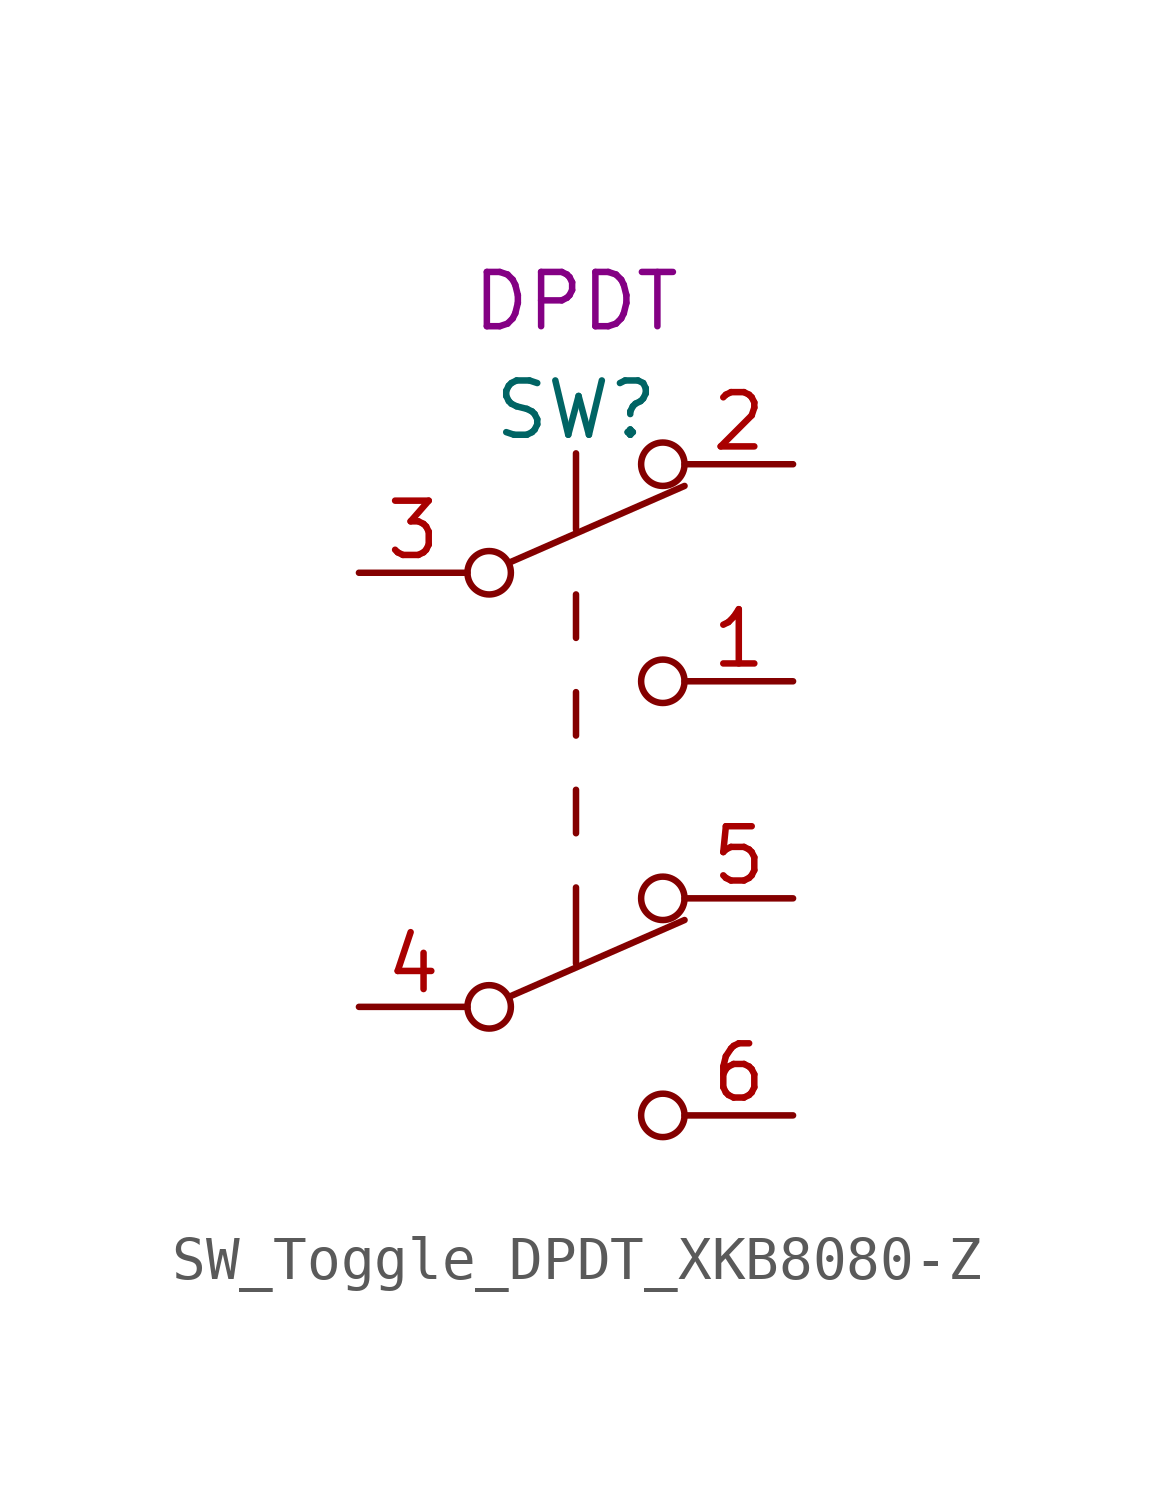
<source format=kicad_sym>
(kicad_symbol_lib
  (version 20211014)
  (generator kicad_symbol_editor)
  (symbol "SW_Toggle_DPDT_XKB8080-Z"
    (pin_names
      (offset 0) hide)
    (property "Reference" "SW"
      (at 0 8.89 0)
      (effects (font (size 1.27 1.27))))
    (property "UserValue" "DPDT"
      (at 0 11.43 0)
      (effects (font (size 1.27 1.27))))
    (symbol "SW_Toggle_DPDT_XKB8080-Z_0_0"
      (circle (center -2.032 -5.08) (radius 0.508) (stroke (width 0) (type default) (color 0 0 0 0)) (fill (type none)))
      (circle (center -2.032 5.08) (radius 0.508) (stroke (width 0) (type default) (color 0 0 0 0)) (fill (type none)))
      (circle (center 2.032 -7.62) (radius 0.508) (stroke (width 0) (type default) (color 0 0 0 0)) (fill (type none)))
      (circle (center 2.032 2.54) (radius 0.508) (stroke (width 0) (type default) (color 0 0 0 0)) (fill (type none))))
    (symbol "SW_Toggle_DPDT_XKB8080-Z_0_1"
      (polyline (pts (xy -1.524 -4.826) (xy 2.54 -3.048)) (stroke (width 0) (type default) (color 0 0 0 0)) (fill (type none)))
      (polyline (pts (xy -1.524 5.334) (xy 2.54 7.112)) (stroke (width 0) (type default) (color 0 0 0 0)) (fill (type none)))
      (polyline (pts (xy 0 -2.286) (xy 0 -4.064)) (stroke (width 0) (type default) (color 0 0 0 0)) (fill (type none)))
      (polyline (pts (xy 0 -1.016) (xy 0 0)) (stroke (width 0) (type default) (color 0 0 0 0)) (fill (type none)))
      (polyline (pts (xy 0 1.27) (xy 0 2.286)) (stroke (width 0) (type default) (color 0 0 0 0)) (fill (type none)))
      (polyline (pts (xy 0 3.556) (xy 0 4.572)) (stroke (width 0) (type default) (color 0 0 0 0)) (fill (type none)))
      (polyline (pts (xy 0 7.874) (xy 0 6.096)) (stroke (width 0) (type default) (color 0 0 0 0)) (fill (type none)))
      (circle (center 2.032 -2.54) (radius 0.508) (stroke (width 0) (type default) (color 0 0 0 0)) (fill (type none)))
      (circle (center 2.032 7.62) (radius 0.508) (stroke (width 0) (type default) (color 0 0 0 0)) (fill (type none))))
    (symbol "SW_Toggle_DPDT_XKB8080-Z_1_1"
      (pin passive line (at 5.08 2.54 180) (length 2.54) (name "T2" (effects (font (size 1.27 1.27)))) (number "1" (effects (font (size 1.27 1.27)))))
      (pin passive line (at 5.08 7.62 180) (length 2.54) (name "T1" (effects (font (size 1.27 1.27)))) (number "2" (effects (font (size 1.27 1.27)))))
      (pin passive line (at -5.08 5.08 0) (length 2.54) (name "P1" (effects (font (size 1.27 1.27)))) (number "3" (effects (font (size 1.27 1.27)))))
      (pin passive line (at -5.08 -5.08 0) (length 2.54) (name "P2" (effects (font (size 1.27 1.27)))) (number "4" (effects (font (size 1.27 1.27)))))
      (pin passive line (at 5.08 -2.54 180) (length 2.54) (name "T3" (effects (font (size 1.27 1.27)))) (number "5" (effects (font (size 1.27 1.27)))))
      (pin passive line (at 5.08 -7.62 180) (length 2.54) (name "T4" (effects (font (size 1.27 1.27)))) (number "6" (effects (font (size 1.27 1.27))))))))
</source>
